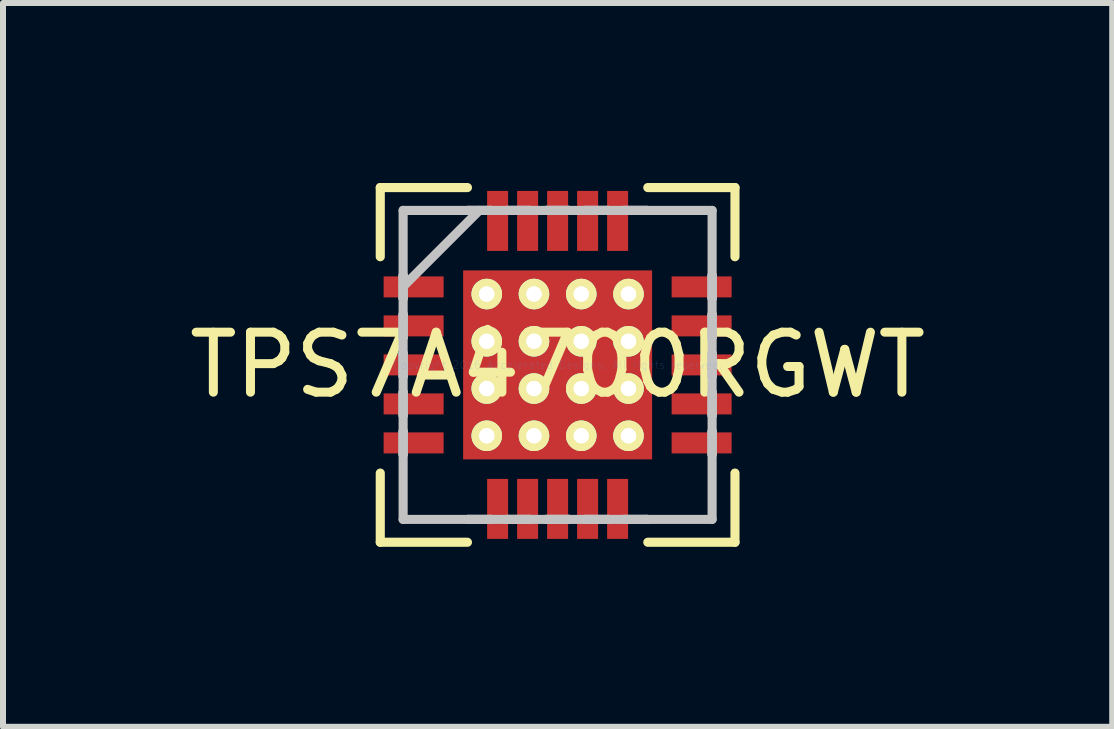
<source format=kicad_pcb>
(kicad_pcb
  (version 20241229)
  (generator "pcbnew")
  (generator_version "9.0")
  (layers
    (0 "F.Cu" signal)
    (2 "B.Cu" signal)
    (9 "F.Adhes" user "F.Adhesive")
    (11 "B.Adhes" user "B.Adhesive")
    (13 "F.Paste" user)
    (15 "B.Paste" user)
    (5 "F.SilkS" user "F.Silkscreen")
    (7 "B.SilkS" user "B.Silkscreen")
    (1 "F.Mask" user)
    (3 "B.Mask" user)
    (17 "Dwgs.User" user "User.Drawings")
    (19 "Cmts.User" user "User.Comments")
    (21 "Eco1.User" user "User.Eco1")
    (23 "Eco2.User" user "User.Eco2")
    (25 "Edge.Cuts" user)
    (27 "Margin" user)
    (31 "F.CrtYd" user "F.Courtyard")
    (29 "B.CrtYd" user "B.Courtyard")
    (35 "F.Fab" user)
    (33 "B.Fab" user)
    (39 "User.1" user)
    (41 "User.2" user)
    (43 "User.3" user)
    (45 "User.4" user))
  (footprint "TPS7A4700RGWT"
    (layer "F.Cu")
    (at 6.244 3.032)
    (property "Reference" "TPS7A4700RGWT" (at 0 0 0) (layer "F.SilkS") (effects (font (size 1 1) (thickness 0.15))))
    (attr through_hole)
    (fp_line (start -2.956 -2.956) (end -2.956 -1.803) (stroke (width 0.152) (type solid)) (layer "F.SilkS"))
    (fp_line (start -2.956 1.803) (end -2.956 2.956) (stroke (width 0.152) (type solid)) (layer "F.SilkS"))
    (fp_line (start -2.956 2.956) (end -1.503 2.956) (stroke (width 0.152) (type solid)) (layer "F.SilkS"))
    (fp_line (start -1.503 -2.956) (end -2.956 -2.956) (stroke (width 0.152) (type solid)) (layer "F.SilkS"))
    (fp_line (start 1.503 2.956) (end 2.956 2.956) (stroke (width 0.152) (type solid)) (layer "F.SilkS"))
    (fp_line (start 2.956 -2.956) (end 1.503 -2.956) (stroke (width 0.152) (type solid)) (layer "F.SilkS"))
    (fp_line (start 2.956 -1.803) (end 2.956 -2.956) (stroke (width 0.152) (type solid)) (layer "F.SilkS"))
    (fp_line (start 2.956 2.956) (end 2.956 1.803) (stroke (width 0.152) (type solid)) (layer "F.SilkS"))
    (fp_line (start -2.575 -2.575) (end -2.575 2.575) (stroke (width 0.152) (type solid)) (layer "Dwgs.User"))
    (fp_line (start -2.575 -1.49) (end -2.575 -1.49) (stroke (width 0.152) (type solid)) (layer "Dwgs.User"))
    (fp_line (start -2.575 -1.49) (end -2.575 -1.11) (stroke (width 0.152) (type solid)) (layer "Dwgs.User"))
    (fp_line (start -2.575 -1.305) (end -1.305 -2.575) (stroke (width 0.152) (type solid)) (layer "Dwgs.User"))
    (fp_line (start -2.575 -1.11) (end -2.575 -1.49) (stroke (width 0.152) (type solid)) (layer "Dwgs.User"))
    (fp_line (start -2.575 -1.11) (end -2.575 -1.11) (stroke (width 0.152) (type solid)) (layer "Dwgs.User"))
    (fp_line (start -2.575 -0.84) (end -2.575 -0.84) (stroke (width 0.152) (type solid)) (layer "Dwgs.User"))
    (fp_line (start -2.575 -0.84) (end -2.575 -0.46) (stroke (width 0.152) (type solid)) (layer "Dwgs.User"))
    (fp_line (start -2.575 -0.46) (end -2.575 -0.84) (stroke (width 0.152) (type solid)) (layer "Dwgs.User"))
    (fp_line (start -2.575 -0.46) (end -2.575 -0.46) (stroke (width 0.152) (type solid)) (layer "Dwgs.User"))
    (fp_line (start -2.575 -0.19) (end -2.575 -0.19) (stroke (width 0.152) (type solid)) (layer "Dwgs.User"))
    (fp_line (start -2.575 -0.19) (end -2.575 0.19) (stroke (width 0.152) (type solid)) (layer "Dwgs.User"))
    (fp_line (start -2.575 0.19) (end -2.575 -0.19) (stroke (width 0.152) (type solid)) (layer "Dwgs.User"))
    (fp_line (start -2.575 0.19) (end -2.575 0.19) (stroke (width 0.152) (type solid)) (layer "Dwgs.User"))
    (fp_line (start -2.575 0.46) (end -2.575 0.46) (stroke (width 0.152) (type solid)) (layer "Dwgs.User"))
    (fp_line (start -2.575 0.46) (end -2.575 0.84) (stroke (width 0.152) (type solid)) (layer "Dwgs.User"))
    (fp_line (start -2.575 0.84) (end -2.575 0.46) (stroke (width 0.152) (type solid)) (layer "Dwgs.User"))
    (fp_line (start -2.575 0.84) (end -2.575 0.84) (stroke (width 0.152) (type solid)) (layer "Dwgs.User"))
    (fp_line (start -2.575 1.11) (end -2.575 1.11) (stroke (width 0.152) (type solid)) (layer "Dwgs.User"))
    (fp_line (start -2.575 1.11) (end -2.575 1.49) (stroke (width 0.152) (type solid)) (layer "Dwgs.User"))
    (fp_line (start -2.575 1.49) (end -2.575 1.11) (stroke (width 0.152) (type solid)) (layer "Dwgs.User"))
    (fp_line (start -2.575 1.49) (end -2.575 1.49) (stroke (width 0.152) (type solid)) (layer "Dwgs.User"))
    (fp_line (start -2.575 2.575) (end 2.575 2.575) (stroke (width 0.152) (type solid)) (layer "Dwgs.User"))
    (fp_line (start -1.49 -2.575) (end -1.49 -2.575) (stroke (width 0.152) (type solid)) (layer "Dwgs.User"))
    (fp_line (start -1.49 -2.575) (end -1.11 -2.575) (stroke (width 0.152) (type solid)) (layer "Dwgs.User"))
    (fp_line (start -1.49 2.575) (end -1.49 2.575) (stroke (width 0.152) (type solid)) (layer "Dwgs.User"))
    (fp_line (start -1.49 2.575) (end -1.11 2.575) (stroke (width 0.152) (type solid)) (layer "Dwgs.User"))
    (fp_line (start -1.11 -2.575) (end -1.49 -2.575) (stroke (width 0.152) (type solid)) (layer "Dwgs.User"))
    (fp_line (start -1.11 -2.575) (end -1.11 -2.575) (stroke (width 0.152) (type solid)) (layer "Dwgs.User"))
    (fp_line (start -1.11 2.575) (end -1.49 2.575) (stroke (width 0.152) (type solid)) (layer "Dwgs.User"))
    (fp_line (start -1.11 2.575) (end -1.11 2.575) (stroke (width 0.152) (type solid)) (layer "Dwgs.User"))
    (fp_line (start -0.84 -2.575) (end -0.84 -2.575) (stroke (width 0.152) (type solid)) (layer "Dwgs.User"))
    (fp_line (start -0.84 -2.575) (end -0.46 -2.575) (stroke (width 0.152) (type solid)) (layer "Dwgs.User"))
    (fp_line (start -0.84 2.575) (end -0.84 2.575) (stroke (width 0.152) (type solid)) (layer "Dwgs.User"))
    (fp_line (start -0.84 2.575) (end -0.46 2.575) (stroke (width 0.152) (type solid)) (layer "Dwgs.User"))
    (fp_line (start -0.46 -2.575) (end -0.84 -2.575) (stroke (width 0.152) (type solid)) (layer "Dwgs.User"))
    (fp_line (start -0.46 -2.575) (end -0.46 -2.575) (stroke (width 0.152) (type solid)) (layer "Dwgs.User"))
    (fp_line (start -0.46 2.575) (end -0.84 2.575) (stroke (width 0.152) (type solid)) (layer "Dwgs.User"))
    (fp_line (start -0.46 2.575) (end -0.46 2.575) (stroke (width 0.152) (type solid)) (layer "Dwgs.User"))
    (fp_line (start -0.19 -2.575) (end -0.19 -2.575) (stroke (width 0.152) (type solid)) (layer "Dwgs.User"))
    (fp_line (start -0.19 -2.575) (end 0.19 -2.575) (stroke (width 0.152) (type solid)) (layer "Dwgs.User"))
    (fp_line (start -0.19 2.575) (end -0.19 2.575) (stroke (width 0.152) (type solid)) (layer "Dwgs.User"))
    (fp_line (start -0.19 2.575) (end 0.19 2.575) (stroke (width 0.152) (type solid)) (layer "Dwgs.User"))
    (fp_line (start 0.19 -2.575) (end -0.19 -2.575) (stroke (width 0.152) (type solid)) (layer "Dwgs.User"))
    (fp_line (start 0.19 -2.575) (end 0.19 -2.575) (stroke (width 0.152) (type solid)) (layer "Dwgs.User"))
    (fp_line (start 0.19 2.575) (end -0.19 2.575) (stroke (width 0.152) (type solid)) (layer "Dwgs.User"))
    (fp_line (start 0.19 2.575) (end 0.19 2.575) (stroke (width 0.152) (type solid)) (layer "Dwgs.User"))
    (fp_line (start 0.46 -2.575) (end 0.46 -2.575) (stroke (width 0.152) (type solid)) (layer "Dwgs.User"))
    (fp_line (start 0.46 -2.575) (end 0.84 -2.575) (stroke (width 0.152) (type solid)) (layer "Dwgs.User"))
    (fp_line (start 0.46 2.575) (end 0.46 2.575) (stroke (width 0.152) (type solid)) (layer "Dwgs.User"))
    (fp_line (start 0.46 2.575) (end 0.84 2.575) (stroke (width 0.152) (type solid)) (layer "Dwgs.User"))
    (fp_line (start 0.84 -2.575) (end 0.46 -2.575) (stroke (width 0.152) (type solid)) (layer "Dwgs.User"))
    (fp_line (start 0.84 -2.575) (end 0.84 -2.575) (stroke (width 0.152) (type solid)) (layer "Dwgs.User"))
    (fp_line (start 0.84 2.575) (end 0.46 2.575) (stroke (width 0.152) (type solid)) (layer "Dwgs.User"))
    (fp_line (start 0.84 2.575) (end 0.84 2.575) (stroke (width 0.152) (type solid)) (layer "Dwgs.User"))
    (fp_line (start 1.11 -2.575) (end 1.11 -2.575) (stroke (width 0.152) (type solid)) (layer "Dwgs.User"))
    (fp_line (start 1.11 -2.575) (end 1.49 -2.575) (stroke (width 0.152) (type solid)) (layer "Dwgs.User"))
    (fp_line (start 1.11 2.575) (end 1.11 2.575) (stroke (width 0.152) (type solid)) (layer "Dwgs.User"))
    (fp_line (start 1.11 2.575) (end 1.49 2.575) (stroke (width 0.152) (type solid)) (layer "Dwgs.User"))
    (fp_line (start 1.49 -2.575) (end 1.11 -2.575) (stroke (width 0.152) (type solid)) (layer "Dwgs.User"))
    (fp_line (start 1.49 -2.575) (end 1.49 -2.575) (stroke (width 0.152) (type solid)) (layer "Dwgs.User"))
    (fp_line (start 1.49 2.575) (end 1.11 2.575) (stroke (width 0.152) (type solid)) (layer "Dwgs.User"))
    (fp_line (start 1.49 2.575) (end 1.49 2.575) (stroke (width 0.152) (type solid)) (layer "Dwgs.User"))
    (fp_line (start 2.575 -2.575) (end -2.575 -2.575) (stroke (width 0.152) (type solid)) (layer "Dwgs.User"))
    (fp_line (start 2.575 -1.49) (end 2.575 -1.49) (stroke (width 0.152) (type solid)) (layer "Dwgs.User"))
    (fp_line (start 2.575 -1.49) (end 2.575 -1.11) (stroke (width 0.152) (type solid)) (layer "Dwgs.User"))
    (fp_line (start 2.575 -1.11) (end 2.575 -1.49) (stroke (width 0.152) (type solid)) (layer "Dwgs.User"))
    (fp_line (start 2.575 -1.11) (end 2.575 -1.11) (stroke (width 0.152) (type solid)) (layer "Dwgs.User"))
    (fp_line (start 2.575 -0.84) (end 2.575 -0.84) (stroke (width 0.152) (type solid)) (layer "Dwgs.User"))
    (fp_line (start 2.575 -0.84) (end 2.575 -0.46) (stroke (width 0.152) (type solid)) (layer "Dwgs.User"))
    (fp_line (start 2.575 -0.46) (end 2.575 -0.84) (stroke (width 0.152) (type solid)) (layer "Dwgs.User"))
    (fp_line (start 2.575 -0.46) (end 2.575 -0.46) (stroke (width 0.152) (type solid)) (layer "Dwgs.User"))
    (fp_line (start 2.575 -0.19) (end 2.575 -0.19) (stroke (width 0.152) (type solid)) (layer "Dwgs.User"))
    (fp_line (start 2.575 -0.19) (end 2.575 0.19) (stroke (width 0.152) (type solid)) (layer "Dwgs.User"))
    (fp_line (start 2.575 0.19) (end 2.575 -0.19) (stroke (width 0.152) (type solid)) (layer "Dwgs.User"))
    (fp_line (start 2.575 0.19) (end 2.575 0.19) (stroke (width 0.152) (type solid)) (layer "Dwgs.User"))
    (fp_line (start 2.575 0.46) (end 2.575 0.46) (stroke (width 0.152) (type solid)) (layer "Dwgs.User"))
    (fp_line (start 2.575 0.46) (end 2.575 0.84) (stroke (width 0.152) (type solid)) (layer "Dwgs.User"))
    (fp_line (start 2.575 0.84) (end 2.575 0.46) (stroke (width 0.152) (type solid)) (layer "Dwgs.User"))
    (fp_line (start 2.575 0.84) (end 2.575 0.84) (stroke (width 0.152) (type solid)) (layer "Dwgs.User"))
    (fp_line (start 2.575 1.11) (end 2.575 1.11) (stroke (width 0.152) (type solid)) (layer "Dwgs.User"))
    (fp_line (start 2.575 1.11) (end 2.575 1.49) (stroke (width 0.152) (type solid)) (layer "Dwgs.User"))
    (fp_line (start 2.575 1.49) (end 2.575 1.11) (stroke (width 0.152) (type solid)) (layer "Dwgs.User"))
    (fp_line (start 2.575 1.49) (end 2.575 1.49) (stroke (width 0.152) (type solid)) (layer "Dwgs.User"))
    (fp_line (start 2.575 2.575) (end 2.575 -2.575) (stroke (width 0.152) (type solid)) (layer "Dwgs.User"))
    (fp_text user "Copyright 2016 Accelerated Designs. All rights reserved." (at 0 0 0) (layer "Cmts.User") (effects (font (size 0.127 0.127) (thickness 0.002))))
    (pad "" smd circle (at -2.4 -1.3 90) (size 0.025 0.025) (layers "F.Paste"))
    (pad "" smd circle (at -2.4 -0.65 90) (size 0.025 0.025) (layers "F.Paste"))
    (pad "" smd circle (at -2.4 0 90) (size 0.025 0.025) (layers "F.Paste"))
    (pad "" smd circle (at -2.4 0.65 90) (size 0.025 0.025) (layers "F.Paste"))
    (pad "" smd circle (at -2.4 1.3 90) (size 0.025 0.025) (layers "F.Paste"))
    (pad "" smd circle (at -1 -2.4) (size 0.025 0.025) (layers "F.Paste"))
    (pad "" smd circle (at -1 2.4) (size 0.025 0.025) (layers "F.Paste"))
    (pad "" smd circle (at -0.5 -2.4) (size 0.025 0.025) (layers "F.Paste"))
    (pad "" smd circle (at -0.5 2.4) (size 0.025 0.025) (layers "F.Paste"))
    (pad "" smd circle (at 0 -2.4) (size 0.025 0.025) (layers "F.Paste"))
    (pad "" smd rect (at 0 0) (size 0.025 0.025) (layers "F.Mask"))
    (pad "" smd rect (at 0 0) (size 0.025 0.025) (layers "F.Paste"))
    (pad "" smd circle (at 0 2.4) (size 0.025 0.025) (layers "F.Paste"))
    (pad "" smd circle (at 0.5 -2.4) (size 0.025 0.025) (layers "F.Paste"))
    (pad "" smd circle (at 0.5 2.4) (size 0.025 0.025) (layers "F.Paste"))
    (pad "" smd circle (at 1 -2.4) (size 0.025 0.025) (layers "F.Paste"))
    (pad "" smd circle (at 1 2.4) (size 0.025 0.025) (layers "F.Paste"))
    (pad "" smd circle (at 2.4 -1.3 90) (size 0.025 0.025) (layers "F.Paste"))
    (pad "" smd circle (at 2.4 -0.65 90) (size 0.025 0.025) (layers "F.Paste"))
    (pad "" smd circle (at 2.4 0 90) (size 0.025 0.025) (layers "F.Paste"))
    (pad "" smd circle (at 2.4 0.65 90) (size 0.025 0.025) (layers "F.Paste"))
    (pad "" smd circle (at 2.4 1.3 90) (size 0.025 0.025) (layers "F.Paste"))
    (pad "1" smd rect (at -2.4 -1.3 90) (size 0.35 1) (layers "F.Cu"))
    (pad "2" smd rect (at -2.4 -0.65 90) (size 0.35 1) (layers "F.Cu"))
    (pad "3" smd rect (at -2.4 0 90) (size 0.35 1) (layers "F.Cu"))
    (pad "4" smd rect (at -2.4 0.65 90) (size 0.35 1) (layers "F.Cu"))
    (pad "5" smd rect (at -2.4 1.3 90) (size 0.35 1) (layers "F.Cu"))
    (pad "6" smd rect (at -1 2.4) (size 0.35 1) (layers "F.Cu"))
    (pad "7" smd rect (at -0.5 2.4) (size 0.35 1) (layers "F.Cu"))
    (pad "8" smd rect (at 0 2.4) (size 0.35 1) (layers "F.Cu"))
    (pad "9" smd rect (at 0.5 2.4) (size 0.35 1) (layers "F.Cu"))
    (pad "10" smd rect (at 1 2.4) (size 0.35 1) (layers "F.Cu"))
    (pad "11" smd rect (at 2.4 1.3 90) (size 0.35 1) (layers "F.Cu"))
    (pad "12" smd rect (at 2.4 0.65 90) (size 0.35 1) (layers "F.Cu"))
    (pad "13" smd rect (at 2.4 0 90) (size 0.35 1) (layers "F.Cu"))
    (pad "14" smd rect (at 2.4 -0.65 90) (size 0.35 1) (layers "F.Cu"))
    (pad "15" smd rect (at 2.4 -1.3 90) (size 0.35 1) (layers "F.Cu"))
    (pad "16" smd rect (at 1 -2.4) (size 0.35 1) (layers "F.Cu"))
    (pad "17" smd rect (at 0.5 -2.4) (size 0.35 1) (layers "F.Cu"))
    (pad "18" smd rect (at 0 -2.4) (size 0.35 1) (layers "F.Cu"))
    (pad "19" smd rect (at -0.5 -2.4) (size 0.35 1) (layers "F.Cu"))
    (pad "20" smd rect (at -1 -2.4) (size 0.35 1) (layers "F.Cu"))
    (pad "21" smd rect (at 0 0) (size 3.15 3.15) (layers "F.Cu"))
    (pad "V" thru_hole circle (at -1.181 -1.181) (size 0.508 0.508) (drill 0.254) (layers "*.Cu" "F.SilkS"))
    (pad "V" thru_hole circle (at -1.181 -1.181) (size 0.508 0.508) (drill 0.254) (layers "*.Cu" "F.SilkS"))
    (pad "V" thru_hole circle (at -1.181 -0.394) (size 0.508 0.508) (drill 0.254) (layers "*.Cu" "F.SilkS"))
    (pad "V" thru_hole circle (at -1.181 -0.394) (size 0.508 0.508) (drill 0.254) (layers "*.Cu" "F.SilkS"))
    (pad "V" thru_hole circle (at -1.181 0.394) (size 0.508 0.508) (drill 0.254) (layers "*.Cu" "F.SilkS"))
    (pad "V" thru_hole circle (at -1.181 0.394) (size 0.508 0.508) (drill 0.254) (layers "*.Cu" "F.SilkS"))
    (pad "V" thru_hole circle (at -1.181 1.181) (size 0.508 0.508) (drill 0.254) (layers "*.Cu" "F.SilkS"))
    (pad "V" thru_hole circle (at -1.181 1.181) (size 0.508 0.508) (drill 0.254) (layers "*.Cu" "F.SilkS"))
    (pad "V" thru_hole circle (at -0.394 -1.181) (size 0.508 0.508) (drill 0.254) (layers "*.Cu" "F.SilkS"))
    (pad "V" thru_hole circle (at -0.394 -1.181) (size 0.508 0.508) (drill 0.254) (layers "*.Cu" "F.SilkS"))
    (pad "V" thru_hole circle (at -0.394 -0.394) (size 0.508 0.508) (drill 0.254) (layers "*.Cu" "F.SilkS"))
    (pad "V" thru_hole circle (at -0.394 -0.394) (size 0.508 0.508) (drill 0.254) (layers "*.Cu" "F.SilkS"))
    (pad "V" thru_hole circle (at -0.394 0.394) (size 0.508 0.508) (drill 0.254) (layers "*.Cu" "F.SilkS"))
    (pad "V" thru_hole circle (at -0.394 0.394) (size 0.508 0.508) (drill 0.254) (layers "*.Cu" "F.SilkS"))
    (pad "V" thru_hole circle (at -0.394 1.181) (size 0.508 0.508) (drill 0.254) (layers "*.Cu" "F.SilkS"))
    (pad "V" thru_hole circle (at -0.394 1.181) (size 0.508 0.508) (drill 0.254) (layers "*.Cu" "F.SilkS"))
    (pad "V" thru_hole circle (at 0.394 -1.181) (size 0.508 0.508) (drill 0.254) (layers "*.Cu" "F.SilkS"))
    (pad "V" thru_hole circle (at 0.394 -1.181) (size 0.508 0.508) (drill 0.254) (layers "*.Cu" "F.SilkS"))
    (pad "V" thru_hole circle (at 0.394 -0.394) (size 0.508 0.508) (drill 0.254) (layers "*.Cu" "F.SilkS"))
    (pad "V" thru_hole circle (at 0.394 -0.394) (size 0.508 0.508) (drill 0.254) (layers "*.Cu" "F.SilkS"))
    (pad "V" thru_hole circle (at 0.394 0.394) (size 0.508 0.508) (drill 0.254) (layers "*.Cu" "F.SilkS"))
    (pad "V" thru_hole circle (at 0.394 0.394) (size 0.508 0.508) (drill 0.254) (layers "*.Cu" "F.SilkS"))
    (pad "V" thru_hole circle (at 0.394 1.181) (size 0.508 0.508) (drill 0.254) (layers "*.Cu" "F.SilkS"))
    (pad "V" thru_hole circle (at 0.394 1.181) (size 0.508 0.508) (drill 0.254) (layers "*.Cu" "F.SilkS"))
    (pad "V" thru_hole circle (at 1.181 -1.181) (size 0.508 0.508) (drill 0.254) (layers "*.Cu" "F.SilkS"))
    (pad "V" thru_hole circle (at 1.181 -1.181) (size 0.508 0.508) (drill 0.254) (layers "*.Cu" "F.SilkS"))
    (pad "V" thru_hole circle (at 1.181 -0.394) (size 0.508 0.508) (drill 0.254) (layers "*.Cu" "F.SilkS"))
    (pad "V" thru_hole circle (at 1.181 -0.394) (size 0.508 0.508) (drill 0.254) (layers "*.Cu" "F.SilkS"))
    (pad "V" thru_hole circle (at 1.181 0.394) (size 0.508 0.508) (drill 0.254) (layers "*.Cu" "F.SilkS"))
    (pad "V" thru_hole circle (at 1.181 0.394) (size 0.508 0.508) (drill 0.254) (layers "*.Cu" "F.SilkS"))
    (pad "V" thru_hole circle (at 1.181 1.181) (size 0.508 0.508) (drill 0.254) (layers "*.Cu" "F.SilkS"))
    (pad "V" thru_hole circle (at 1.181 1.181) (size 0.508 0.508) (drill 0.254) (layers "*.Cu" "F.SilkS")))
  (gr_rect
    (start -3 -3)
    (end 15.488 9.064)
    (stroke (width 0.1) (type default))
    (fill no)
    (layer "Edge.Cuts")))
</source>
